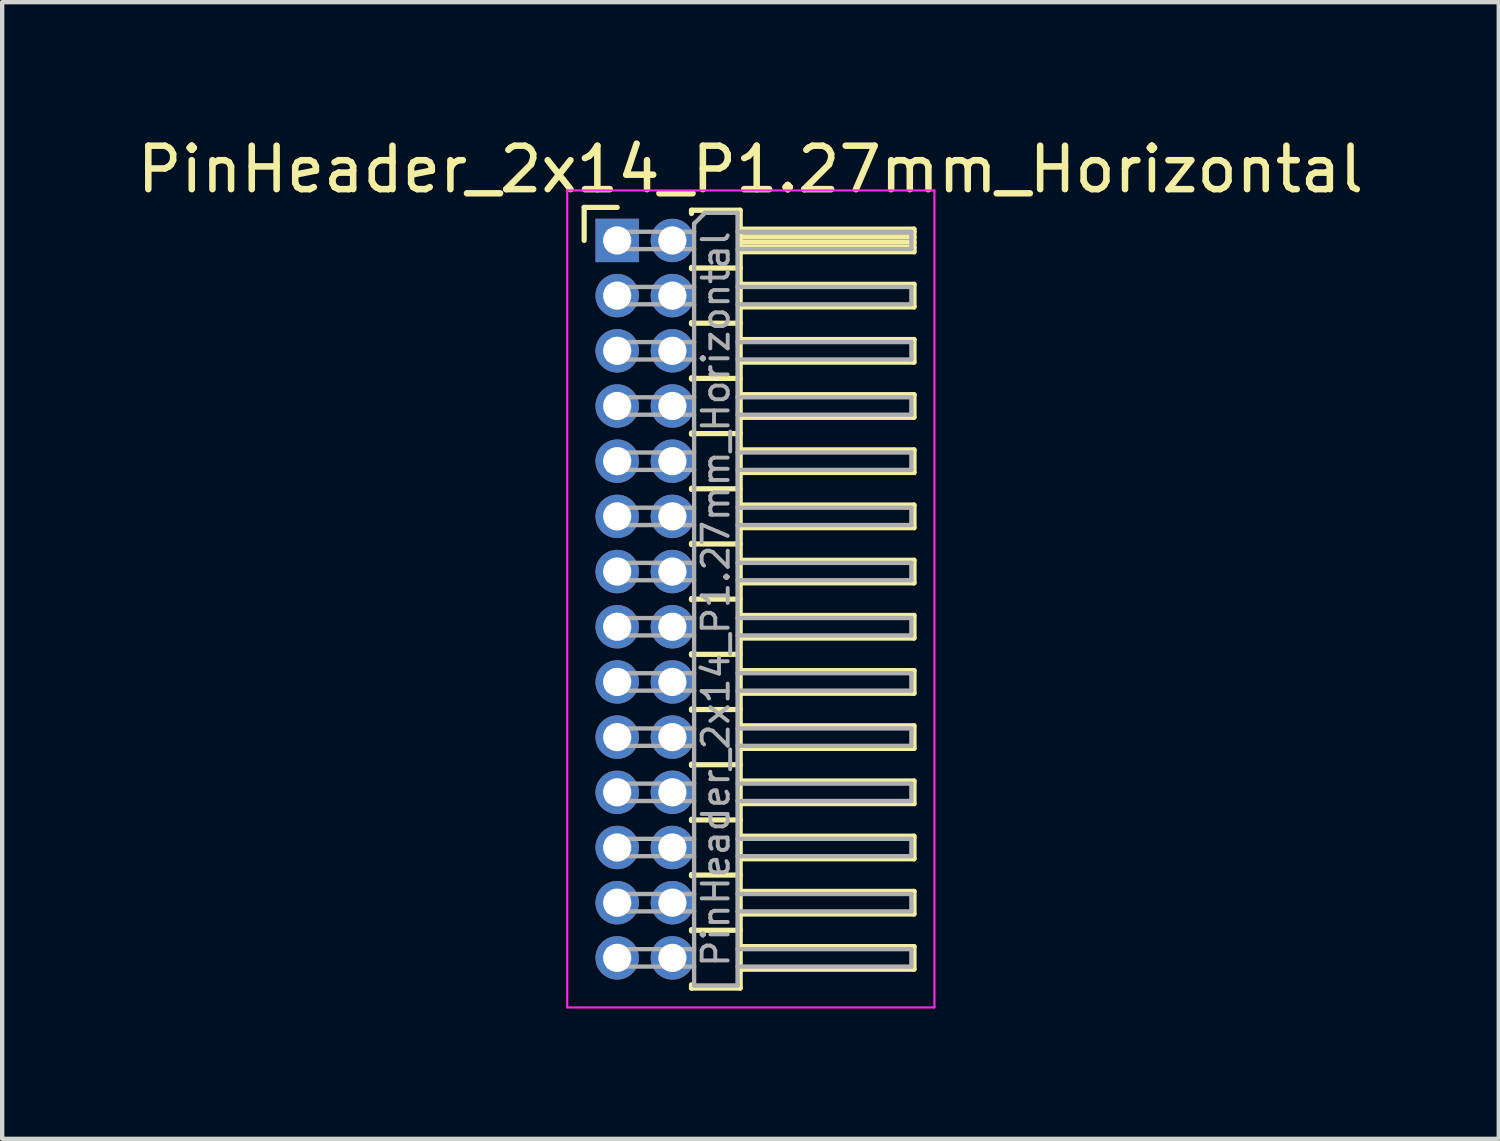
<source format=kicad_pcb>
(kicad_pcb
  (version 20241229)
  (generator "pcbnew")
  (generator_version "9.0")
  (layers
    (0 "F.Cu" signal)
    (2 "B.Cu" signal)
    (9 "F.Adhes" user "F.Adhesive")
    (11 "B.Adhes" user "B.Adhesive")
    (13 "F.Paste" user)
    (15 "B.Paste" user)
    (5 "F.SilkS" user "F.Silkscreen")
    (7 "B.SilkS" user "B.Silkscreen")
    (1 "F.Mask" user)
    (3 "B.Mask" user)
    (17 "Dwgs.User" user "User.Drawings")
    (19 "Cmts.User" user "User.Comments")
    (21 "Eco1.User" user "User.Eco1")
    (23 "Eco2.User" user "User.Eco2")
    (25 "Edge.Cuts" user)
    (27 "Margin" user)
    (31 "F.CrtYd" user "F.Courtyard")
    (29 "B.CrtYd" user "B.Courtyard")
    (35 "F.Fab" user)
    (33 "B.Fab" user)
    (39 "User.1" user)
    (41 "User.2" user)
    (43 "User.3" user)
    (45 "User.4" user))
  (footprint "PinHeader_2x14_P1.27mm_Horizontal"
    (layer "F.Cu")
    (at 11.153 2.483)
    (property "Reference" "PinHeader_2x14_P1.27mm_Horizontal" (at 3.067 -1.635 0) (layer "F.SilkS") (effects (font (size 1 1) (thickness 0.15))))
    (attr through_hole)
    (fp_line (start -0.76 -0.76) (end 0 -0.76) (stroke (width 0.12) (type solid)) (layer "F.SilkS"))
    (fp_line (start -0.76 0) (end -0.76 -0.76) (stroke (width 0.12) (type solid)) (layer "F.SilkS"))
    (fp_line (start 1.71 -0.695) (end 2.83 -0.695) (stroke (width 0.12) (type solid)) (layer "F.SilkS"))
    (fp_line (start 1.71 -0.62) (end 1.71 -0.695) (stroke (width 0.12) (type solid)) (layer "F.SilkS"))
    (fp_line (start 1.71 0.62) (end 1.71 0.65) (stroke (width 0.12) (type solid)) (layer "F.SilkS"))
    (fp_line (start 1.71 0.635) (end 2.83 0.635) (stroke (width 0.12) (type solid)) (layer "F.SilkS"))
    (fp_line (start 1.71 1.89) (end 1.71 1.92) (stroke (width 0.12) (type solid)) (layer "F.SilkS"))
    (fp_line (start 1.71 1.905) (end 2.83 1.905) (stroke (width 0.12) (type solid)) (layer "F.SilkS"))
    (fp_line (start 1.71 3.16) (end 1.71 3.19) (stroke (width 0.12) (type solid)) (layer "F.SilkS"))
    (fp_line (start 1.71 3.175) (end 2.83 3.175) (stroke (width 0.12) (type solid)) (layer "F.SilkS"))
    (fp_line (start 1.71 4.43) (end 1.71 4.46) (stroke (width 0.12) (type solid)) (layer "F.SilkS"))
    (fp_line (start 1.71 4.445) (end 2.83 4.445) (stroke (width 0.12) (type solid)) (layer "F.SilkS"))
    (fp_line (start 1.71 5.7) (end 1.71 5.73) (stroke (width 0.12) (type solid)) (layer "F.SilkS"))
    (fp_line (start 1.71 5.715) (end 2.83 5.715) (stroke (width 0.12) (type solid)) (layer "F.SilkS"))
    (fp_line (start 1.71 6.97) (end 1.71 7) (stroke (width 0.12) (type solid)) (layer "F.SilkS"))
    (fp_line (start 1.71 6.985) (end 2.83 6.985) (stroke (width 0.12) (type solid)) (layer "F.SilkS"))
    (fp_line (start 1.71 8.24) (end 1.71 8.27) (stroke (width 0.12) (type solid)) (layer "F.SilkS"))
    (fp_line (start 1.71 8.255) (end 2.83 8.255) (stroke (width 0.12) (type solid)) (layer "F.SilkS"))
    (fp_line (start 1.71 9.51) (end 1.71 9.54) (stroke (width 0.12) (type solid)) (layer "F.SilkS"))
    (fp_line (start 1.71 9.525) (end 2.83 9.525) (stroke (width 0.12) (type solid)) (layer "F.SilkS"))
    (fp_line (start 1.71 10.78) (end 1.71 10.81) (stroke (width 0.12) (type solid)) (layer "F.SilkS"))
    (fp_line (start 1.71 10.795) (end 2.83 10.795) (stroke (width 0.12) (type solid)) (layer "F.SilkS"))
    (fp_line (start 1.71 12.05) (end 1.71 12.08) (stroke (width 0.12) (type solid)) (layer "F.SilkS"))
    (fp_line (start 1.71 12.065) (end 2.83 12.065) (stroke (width 0.12) (type solid)) (layer "F.SilkS"))
    (fp_line (start 1.71 13.32) (end 1.71 13.35) (stroke (width 0.12) (type solid)) (layer "F.SilkS"))
    (fp_line (start 1.71 13.335) (end 2.83 13.335) (stroke (width 0.12) (type solid)) (layer "F.SilkS"))
    (fp_line (start 1.71 14.59) (end 1.71 14.62) (stroke (width 0.12) (type solid)) (layer "F.SilkS"))
    (fp_line (start 1.71 14.605) (end 2.83 14.605) (stroke (width 0.12) (type solid)) (layer "F.SilkS"))
    (fp_line (start 1.71 15.86) (end 1.71 15.89) (stroke (width 0.12) (type solid)) (layer "F.SilkS"))
    (fp_line (start 1.71 15.875) (end 2.83 15.875) (stroke (width 0.12) (type solid)) (layer "F.SilkS"))
    (fp_line (start 1.71 17.205) (end 1.71 17.13) (stroke (width 0.12) (type solid)) (layer "F.SilkS"))
    (fp_line (start 2.83 -0.695) (end 2.83 17.205) (stroke (width 0.12) (type solid)) (layer "F.SilkS"))
    (fp_line (start 2.83 -0.26) (end 6.83 -0.26) (stroke (width 0.12) (type solid)) (layer "F.SilkS"))
    (fp_line (start 2.83 -0.2) (end 6.83 -0.2) (stroke (width 0.12) (type solid)) (layer "F.SilkS"))
    (fp_line (start 2.83 -0.08) (end 6.83 -0.08) (stroke (width 0.12) (type solid)) (layer "F.SilkS"))
    (fp_line (start 2.83 0.04) (end 6.83 0.04) (stroke (width 0.12) (type solid)) (layer "F.SilkS"))
    (fp_line (start 2.83 0.16) (end 6.83 0.16) (stroke (width 0.12) (type solid)) (layer "F.SilkS"))
    (fp_line (start 2.83 1.01) (end 6.83 1.01) (stroke (width 0.12) (type solid)) (layer "F.SilkS"))
    (fp_line (start 2.83 2.28) (end 6.83 2.28) (stroke (width 0.12) (type solid)) (layer "F.SilkS"))
    (fp_line (start 2.83 3.55) (end 6.83 3.55) (stroke (width 0.12) (type solid)) (layer "F.SilkS"))
    (fp_line (start 2.83 4.82) (end 6.83 4.82) (stroke (width 0.12) (type solid)) (layer "F.SilkS"))
    (fp_line (start 2.83 6.09) (end 6.83 6.09) (stroke (width 0.12) (type solid)) (layer "F.SilkS"))
    (fp_line (start 2.83 7.36) (end 6.83 7.36) (stroke (width 0.12) (type solid)) (layer "F.SilkS"))
    (fp_line (start 2.83 8.63) (end 6.83 8.63) (stroke (width 0.12) (type solid)) (layer "F.SilkS"))
    (fp_line (start 2.83 9.9) (end 6.83 9.9) (stroke (width 0.12) (type solid)) (layer "F.SilkS"))
    (fp_line (start 2.83 11.17) (end 6.83 11.17) (stroke (width 0.12) (type solid)) (layer "F.SilkS"))
    (fp_line (start 2.83 12.44) (end 6.83 12.44) (stroke (width 0.12) (type solid)) (layer "F.SilkS"))
    (fp_line (start 2.83 13.71) (end 6.83 13.71) (stroke (width 0.12) (type solid)) (layer "F.SilkS"))
    (fp_line (start 2.83 14.98) (end 6.83 14.98) (stroke (width 0.12) (type solid)) (layer "F.SilkS"))
    (fp_line (start 2.83 16.25) (end 6.83 16.25) (stroke (width 0.12) (type solid)) (layer "F.SilkS"))
    (fp_line (start 2.83 17.205) (end 1.71 17.205) (stroke (width 0.12) (type solid)) (layer "F.SilkS"))
    (fp_line (start 6.83 -0.26) (end 6.83 0.26) (stroke (width 0.12) (type solid)) (layer "F.SilkS"))
    (fp_line (start 6.83 0.26) (end 2.83 0.26) (stroke (width 0.12) (type solid)) (layer "F.SilkS"))
    (fp_line (start 6.83 1.01) (end 6.83 1.53) (stroke (width 0.12) (type solid)) (layer "F.SilkS"))
    (fp_line (start 6.83 1.53) (end 2.83 1.53) (stroke (width 0.12) (type solid)) (layer "F.SilkS"))
    (fp_line (start 6.83 2.28) (end 6.83 2.8) (stroke (width 0.12) (type solid)) (layer "F.SilkS"))
    (fp_line (start 6.83 2.8) (end 2.83 2.8) (stroke (width 0.12) (type solid)) (layer "F.SilkS"))
    (fp_line (start 6.83 3.55) (end 6.83 4.07) (stroke (width 0.12) (type solid)) (layer "F.SilkS"))
    (fp_line (start 6.83 4.07) (end 2.83 4.07) (stroke (width 0.12) (type solid)) (layer "F.SilkS"))
    (fp_line (start 6.83 4.82) (end 6.83 5.34) (stroke (width 0.12) (type solid)) (layer "F.SilkS"))
    (fp_line (start 6.83 5.34) (end 2.83 5.34) (stroke (width 0.12) (type solid)) (layer "F.SilkS"))
    (fp_line (start 6.83 6.09) (end 6.83 6.61) (stroke (width 0.12) (type solid)) (layer "F.SilkS"))
    (fp_line (start 6.83 6.61) (end 2.83 6.61) (stroke (width 0.12) (type solid)) (layer "F.SilkS"))
    (fp_line (start 6.83 7.36) (end 6.83 7.88) (stroke (width 0.12) (type solid)) (layer "F.SilkS"))
    (fp_line (start 6.83 7.88) (end 2.83 7.88) (stroke (width 0.12) (type solid)) (layer "F.SilkS"))
    (fp_line (start 6.83 8.63) (end 6.83 9.15) (stroke (width 0.12) (type solid)) (layer "F.SilkS"))
    (fp_line (start 6.83 9.15) (end 2.83 9.15) (stroke (width 0.12) (type solid)) (layer "F.SilkS"))
    (fp_line (start 6.83 9.9) (end 6.83 10.42) (stroke (width 0.12) (type solid)) (layer "F.SilkS"))
    (fp_line (start 6.83 10.42) (end 2.83 10.42) (stroke (width 0.12) (type solid)) (layer "F.SilkS"))
    (fp_line (start 6.83 11.17) (end 6.83 11.69) (stroke (width 0.12) (type solid)) (layer "F.SilkS"))
    (fp_line (start 6.83 11.69) (end 2.83 11.69) (stroke (width 0.12) (type solid)) (layer "F.SilkS"))
    (fp_line (start 6.83 12.44) (end 6.83 12.96) (stroke (width 0.12) (type solid)) (layer "F.SilkS"))
    (fp_line (start 6.83 12.96) (end 2.83 12.96) (stroke (width 0.12) (type solid)) (layer "F.SilkS"))
    (fp_line (start 6.83 13.71) (end 6.83 14.23) (stroke (width 0.12) (type solid)) (layer "F.SilkS"))
    (fp_line (start 6.83 14.23) (end 2.83 14.23) (stroke (width 0.12) (type solid)) (layer "F.SilkS"))
    (fp_line (start 6.83 14.98) (end 6.83 15.5) (stroke (width 0.12) (type solid)) (layer "F.SilkS"))
    (fp_line (start 6.83 15.5) (end 2.83 15.5) (stroke (width 0.12) (type solid)) (layer "F.SilkS"))
    (fp_line (start 6.83 16.25) (end 6.83 16.77) (stroke (width 0.12) (type solid)) (layer "F.SilkS"))
    (fp_line (start 6.83 16.77) (end 2.83 16.77) (stroke (width 0.12) (type solid)) (layer "F.SilkS"))
    (fp_line (start -1.15 -1.15) (end -1.15 17.65) (stroke (width 0.05) (type solid)) (layer "F.CrtYd"))
    (fp_line (start -1.15 17.65) (end 7.3 17.65) (stroke (width 0.05) (type solid)) (layer "F.CrtYd"))
    (fp_line (start 7.3 -1.15) (end -1.15 -1.15) (stroke (width 0.05) (type solid)) (layer "F.CrtYd"))
    (fp_line (start 7.3 17.65) (end 7.3 -1.15) (stroke (width 0.05) (type solid)) (layer "F.CrtYd"))
    (fp_line (start -0.2 -0.2) (end -0.2 0.2) (stroke (width 0.1) (type solid)) (layer "F.Fab"))
    (fp_line (start -0.2 -0.2) (end 1.77 -0.2) (stroke (width 0.1) (type solid)) (layer "F.Fab"))
    (fp_line (start -0.2 0.2) (end 1.77 0.2) (stroke (width 0.1) (type solid)) (layer "F.Fab"))
    (fp_line (start -0.2 1.07) (end -0.2 1.47) (stroke (width 0.1) (type solid)) (layer "F.Fab"))
    (fp_line (start -0.2 1.07) (end 1.77 1.07) (stroke (width 0.1) (type solid)) (layer "F.Fab"))
    (fp_line (start -0.2 1.47) (end 1.77 1.47) (stroke (width 0.1) (type solid)) (layer "F.Fab"))
    (fp_line (start -0.2 2.34) (end -0.2 2.74) (stroke (width 0.1) (type solid)) (layer "F.Fab"))
    (fp_line (start -0.2 2.34) (end 1.77 2.34) (stroke (width 0.1) (type solid)) (layer "F.Fab"))
    (fp_line (start -0.2 2.74) (end 1.77 2.74) (stroke (width 0.1) (type solid)) (layer "F.Fab"))
    (fp_line (start -0.2 3.61) (end -0.2 4.01) (stroke (width 0.1) (type solid)) (layer "F.Fab"))
    (fp_line (start -0.2 3.61) (end 1.77 3.61) (stroke (width 0.1) (type solid)) (layer "F.Fab"))
    (fp_line (start -0.2 4.01) (end 1.77 4.01) (stroke (width 0.1) (type solid)) (layer "F.Fab"))
    (fp_line (start -0.2 4.88) (end -0.2 5.28) (stroke (width 0.1) (type solid)) (layer "F.Fab"))
    (fp_line (start -0.2 4.88) (end 1.77 4.88) (stroke (width 0.1) (type solid)) (layer "F.Fab"))
    (fp_line (start -0.2 5.28) (end 1.77 5.28) (stroke (width 0.1) (type solid)) (layer "F.Fab"))
    (fp_line (start -0.2 6.15) (end -0.2 6.55) (stroke (width 0.1) (type solid)) (layer "F.Fab"))
    (fp_line (start -0.2 6.15) (end 1.77 6.15) (stroke (width 0.1) (type solid)) (layer "F.Fab"))
    (fp_line (start -0.2 6.55) (end 1.77 6.55) (stroke (width 0.1) (type solid)) (layer "F.Fab"))
    (fp_line (start -0.2 7.42) (end -0.2 7.82) (stroke (width 0.1) (type solid)) (layer "F.Fab"))
    (fp_line (start -0.2 7.42) (end 1.77 7.42) (stroke (width 0.1) (type solid)) (layer "F.Fab"))
    (fp_line (start -0.2 7.82) (end 1.77 7.82) (stroke (width 0.1) (type solid)) (layer "F.Fab"))
    (fp_line (start -0.2 8.69) (end -0.2 9.09) (stroke (width 0.1) (type solid)) (layer "F.Fab"))
    (fp_line (start -0.2 8.69) (end 1.77 8.69) (stroke (width 0.1) (type solid)) (layer "F.Fab"))
    (fp_line (start -0.2 9.09) (end 1.77 9.09) (stroke (width 0.1) (type solid)) (layer "F.Fab"))
    (fp_line (start -0.2 9.96) (end -0.2 10.36) (stroke (width 0.1) (type solid)) (layer "F.Fab"))
    (fp_line (start -0.2 9.96) (end 1.77 9.96) (stroke (width 0.1) (type solid)) (layer "F.Fab"))
    (fp_line (start -0.2 10.36) (end 1.77 10.36) (stroke (width 0.1) (type solid)) (layer "F.Fab"))
    (fp_line (start -0.2 11.23) (end -0.2 11.63) (stroke (width 0.1) (type solid)) (layer "F.Fab"))
    (fp_line (start -0.2 11.23) (end 1.77 11.23) (stroke (width 0.1) (type solid)) (layer "F.Fab"))
    (fp_line (start -0.2 11.63) (end 1.77 11.63) (stroke (width 0.1) (type solid)) (layer "F.Fab"))
    (fp_line (start -0.2 12.5) (end -0.2 12.9) (stroke (width 0.1) (type solid)) (layer "F.Fab"))
    (fp_line (start -0.2 12.5) (end 1.77 12.5) (stroke (width 0.1) (type solid)) (layer "F.Fab"))
    (fp_line (start -0.2 12.9) (end 1.77 12.9) (stroke (width 0.1) (type solid)) (layer "F.Fab"))
    (fp_line (start -0.2 13.77) (end -0.2 14.17) (stroke (width 0.1) (type solid)) (layer "F.Fab"))
    (fp_line (start -0.2 13.77) (end 1.77 13.77) (stroke (width 0.1) (type solid)) (layer "F.Fab"))
    (fp_line (start -0.2 14.17) (end 1.77 14.17) (stroke (width 0.1) (type solid)) (layer "F.Fab"))
    (fp_line (start -0.2 15.04) (end -0.2 15.44) (stroke (width 0.1) (type solid)) (layer "F.Fab"))
    (fp_line (start -0.2 15.04) (end 1.77 15.04) (stroke (width 0.1) (type solid)) (layer "F.Fab"))
    (fp_line (start -0.2 15.44) (end 1.77 15.44) (stroke (width 0.1) (type solid)) (layer "F.Fab"))
    (fp_line (start -0.2 16.31) (end -0.2 16.71) (stroke (width 0.1) (type solid)) (layer "F.Fab"))
    (fp_line (start -0.2 16.31) (end 1.77 16.31) (stroke (width 0.1) (type solid)) (layer "F.Fab"))
    (fp_line (start -0.2 16.71) (end 1.77 16.71) (stroke (width 0.1) (type solid)) (layer "F.Fab"))
    (fp_line (start 1.77 -0.385) (end 2.02 -0.635) (stroke (width 0.1) (type solid)) (layer "F.Fab"))
    (fp_line (start 1.77 17.145) (end 1.77 -0.385) (stroke (width 0.1) (type solid)) (layer "F.Fab"))
    (fp_line (start 2.02 -0.635) (end 2.77 -0.635) (stroke (width 0.1) (type solid)) (layer "F.Fab"))
    (fp_line (start 2.77 -0.635) (end 2.77 17.145) (stroke (width 0.1) (type solid)) (layer "F.Fab"))
    (fp_line (start 2.77 -0.2) (end 6.77 -0.2) (stroke (width 0.1) (type solid)) (layer "F.Fab"))
    (fp_line (start 2.77 0.2) (end 6.77 0.2) (stroke (width 0.1) (type solid)) (layer "F.Fab"))
    (fp_line (start 2.77 1.07) (end 6.77 1.07) (stroke (width 0.1) (type solid)) (layer "F.Fab"))
    (fp_line (start 2.77 1.47) (end 6.77 1.47) (stroke (width 0.1) (type solid)) (layer "F.Fab"))
    (fp_line (start 2.77 2.34) (end 6.77 2.34) (stroke (width 0.1) (type solid)) (layer "F.Fab"))
    (fp_line (start 2.77 2.74) (end 6.77 2.74) (stroke (width 0.1) (type solid)) (layer "F.Fab"))
    (fp_line (start 2.77 3.61) (end 6.77 3.61) (stroke (width 0.1) (type solid)) (layer "F.Fab"))
    (fp_line (start 2.77 4.01) (end 6.77 4.01) (stroke (width 0.1) (type solid)) (layer "F.Fab"))
    (fp_line (start 2.77 4.88) (end 6.77 4.88) (stroke (width 0.1) (type solid)) (layer "F.Fab"))
    (fp_line (start 2.77 5.28) (end 6.77 5.28) (stroke (width 0.1) (type solid)) (layer "F.Fab"))
    (fp_line (start 2.77 6.15) (end 6.77 6.15) (stroke (width 0.1) (type solid)) (layer "F.Fab"))
    (fp_line (start 2.77 6.55) (end 6.77 6.55) (stroke (width 0.1) (type solid)) (layer "F.Fab"))
    (fp_line (start 2.77 7.42) (end 6.77 7.42) (stroke (width 0.1) (type solid)) (layer "F.Fab"))
    (fp_line (start 2.77 7.82) (end 6.77 7.82) (stroke (width 0.1) (type solid)) (layer "F.Fab"))
    (fp_line (start 2.77 8.69) (end 6.77 8.69) (stroke (width 0.1) (type solid)) (layer "F.Fab"))
    (fp_line (start 2.77 9.09) (end 6.77 9.09) (stroke (width 0.1) (type solid)) (layer "F.Fab"))
    (fp_line (start 2.77 9.96) (end 6.77 9.96) (stroke (width 0.1) (type solid)) (layer "F.Fab"))
    (fp_line (start 2.77 10.36) (end 6.77 10.36) (stroke (width 0.1) (type solid)) (layer "F.Fab"))
    (fp_line (start 2.77 11.23) (end 6.77 11.23) (stroke (width 0.1) (type solid)) (layer "F.Fab"))
    (fp_line (start 2.77 11.63) (end 6.77 11.63) (stroke (width 0.1) (type solid)) (layer "F.Fab"))
    (fp_line (start 2.77 12.5) (end 6.77 12.5) (stroke (width 0.1) (type solid)) (layer "F.Fab"))
    (fp_line (start 2.77 12.9) (end 6.77 12.9) (stroke (width 0.1) (type solid)) (layer "F.Fab"))
    (fp_line (start 2.77 13.77) (end 6.77 13.77) (stroke (width 0.1) (type solid)) (layer "F.Fab"))
    (fp_line (start 2.77 14.17) (end 6.77 14.17) (stroke (width 0.1) (type solid)) (layer "F.Fab"))
    (fp_line (start 2.77 15.04) (end 6.77 15.04) (stroke (width 0.1) (type solid)) (layer "F.Fab"))
    (fp_line (start 2.77 15.44) (end 6.77 15.44) (stroke (width 0.1) (type solid)) (layer "F.Fab"))
    (fp_line (start 2.77 16.31) (end 6.77 16.31) (stroke (width 0.1) (type solid)) (layer "F.Fab"))
    (fp_line (start 2.77 16.71) (end 6.77 16.71) (stroke (width 0.1) (type solid)) (layer "F.Fab"))
    (fp_line (start 2.77 17.145) (end 1.77 17.145) (stroke (width 0.1) (type solid)) (layer "F.Fab"))
    (fp_line (start 6.77 -0.2) (end 6.77 0.2) (stroke (width 0.1) (type solid)) (layer "F.Fab"))
    (fp_line (start 6.77 1.07) (end 6.77 1.47) (stroke (width 0.1) (type solid)) (layer "F.Fab"))
    (fp_line (start 6.77 2.34) (end 6.77 2.74) (stroke (width 0.1) (type solid)) (layer "F.Fab"))
    (fp_line (start 6.77 3.61) (end 6.77 4.01) (stroke (width 0.1) (type solid)) (layer "F.Fab"))
    (fp_line (start 6.77 4.88) (end 6.77 5.28) (stroke (width 0.1) (type solid)) (layer "F.Fab"))
    (fp_line (start 6.77 6.15) (end 6.77 6.55) (stroke (width 0.1) (type solid)) (layer "F.Fab"))
    (fp_line (start 6.77 7.42) (end 6.77 7.82) (stroke (width 0.1) (type solid)) (layer "F.Fab"))
    (fp_line (start 6.77 8.69) (end 6.77 9.09) (stroke (width 0.1) (type solid)) (layer "F.Fab"))
    (fp_line (start 6.77 9.96) (end 6.77 10.36) (stroke (width 0.1) (type solid)) (layer "F.Fab"))
    (fp_line (start 6.77 11.23) (end 6.77 11.63) (stroke (width 0.1) (type solid)) (layer "F.Fab"))
    (fp_line (start 6.77 12.5) (end 6.77 12.9) (stroke (width 0.1) (type solid)) (layer "F.Fab"))
    (fp_line (start 6.77 13.77) (end 6.77 14.17) (stroke (width 0.1) (type solid)) (layer "F.Fab"))
    (fp_line (start 6.77 15.04) (end 6.77 15.44) (stroke (width 0.1) (type solid)) (layer "F.Fab"))
    (fp_line (start 6.77 16.31) (end 6.77 16.71) (stroke (width 0.1) (type solid)) (layer "F.Fab"))
    (fp_text user "${REFERENCE}" (at 2.27 8.255 90) (layer "F.Fab") (effects (font (size 0.6 0.6) (thickness 0.09))))
    (pad "1" thru_hole rect (at 0 0) (size 1 1) (drill 0.65) (layers "*.Cu" "*.Mask"))
    (pad "2" thru_hole oval (at 1.27 0) (size 1 1) (drill 0.65) (layers "*.Cu" "*.Mask"))
    (pad "3" thru_hole oval (at 0 1.27) (size 1 1) (drill 0.65) (layers "*.Cu" "*.Mask"))
    (pad "4" thru_hole oval (at 1.27 1.27) (size 1 1) (drill 0.65) (layers "*.Cu" "*.Mask"))
    (pad "5" thru_hole oval (at 0 2.54) (size 1 1) (drill 0.65) (layers "*.Cu" "*.Mask"))
    (pad "6" thru_hole oval (at 1.27 2.54) (size 1 1) (drill 0.65) (layers "*.Cu" "*.Mask"))
    (pad "7" thru_hole oval (at 0 3.81) (size 1 1) (drill 0.65) (layers "*.Cu" "*.Mask"))
    (pad "8" thru_hole oval (at 1.27 3.81) (size 1 1) (drill 0.65) (layers "*.Cu" "*.Mask"))
    (pad "9" thru_hole oval (at 0 5.08) (size 1 1) (drill 0.65) (layers "*.Cu" "*.Mask"))
    (pad "10" thru_hole oval (at 1.27 5.08) (size 1 1) (drill 0.65) (layers "*.Cu" "*.Mask"))
    (pad "11" thru_hole oval (at 0 6.35) (size 1 1) (drill 0.65) (layers "*.Cu" "*.Mask"))
    (pad "12" thru_hole oval (at 1.27 6.35) (size 1 1) (drill 0.65) (layers "*.Cu" "*.Mask"))
    (pad "13" thru_hole oval (at 0 7.62) (size 1 1) (drill 0.65) (layers "*.Cu" "*.Mask"))
    (pad "14" thru_hole oval (at 1.27 7.62) (size 1 1) (drill 0.65) (layers "*.Cu" "*.Mask"))
    (pad "15" thru_hole oval (at 0 8.89) (size 1 1) (drill 0.65) (layers "*.Cu" "*.Mask"))
    (pad "16" thru_hole oval (at 1.27 8.89) (size 1 1) (drill 0.65) (layers "*.Cu" "*.Mask"))
    (pad "17" thru_hole oval (at 0 10.16) (size 1 1) (drill 0.65) (layers "*.Cu" "*.Mask"))
    (pad "18" thru_hole oval (at 1.27 10.16) (size 1 1) (drill 0.65) (layers "*.Cu" "*.Mask"))
    (pad "19" thru_hole oval (at 0 11.43) (size 1 1) (drill 0.65) (layers "*.Cu" "*.Mask"))
    (pad "20" thru_hole oval (at 1.27 11.43) (size 1 1) (drill 0.65) (layers "*.Cu" "*.Mask"))
    (pad "21" thru_hole oval (at 0 12.7) (size 1 1) (drill 0.65) (layers "*.Cu" "*.Mask"))
    (pad "22" thru_hole oval (at 1.27 12.7) (size 1 1) (drill 0.65) (layers "*.Cu" "*.Mask"))
    (pad "23" thru_hole oval (at 0 13.97) (size 1 1) (drill 0.65) (layers "*.Cu" "*.Mask"))
    (pad "24" thru_hole oval (at 1.27 13.97) (size 1 1) (drill 0.65) (layers "*.Cu" "*.Mask"))
    (pad "25" thru_hole oval (at 0 15.24) (size 1 1) (drill 0.65) (layers "*.Cu" "*.Mask"))
    (pad "26" thru_hole oval (at 1.27 15.24) (size 1 1) (drill 0.65) (layers "*.Cu" "*.Mask"))
    (pad "27" thru_hole oval (at 0 16.51) (size 1 1) (drill 0.65) (layers "*.Cu" "*.Mask"))
    (pad "28" thru_hole oval (at 1.27 16.51) (size 1 1) (drill 0.65) (layers "*.Cu" "*.Mask")))
  (gr_rect
    (start -3 -3)
    (end 31.44 23.158)
    (stroke (width 0.1) (type default))
    (fill no)
    (layer "Edge.Cuts")))
</source>
